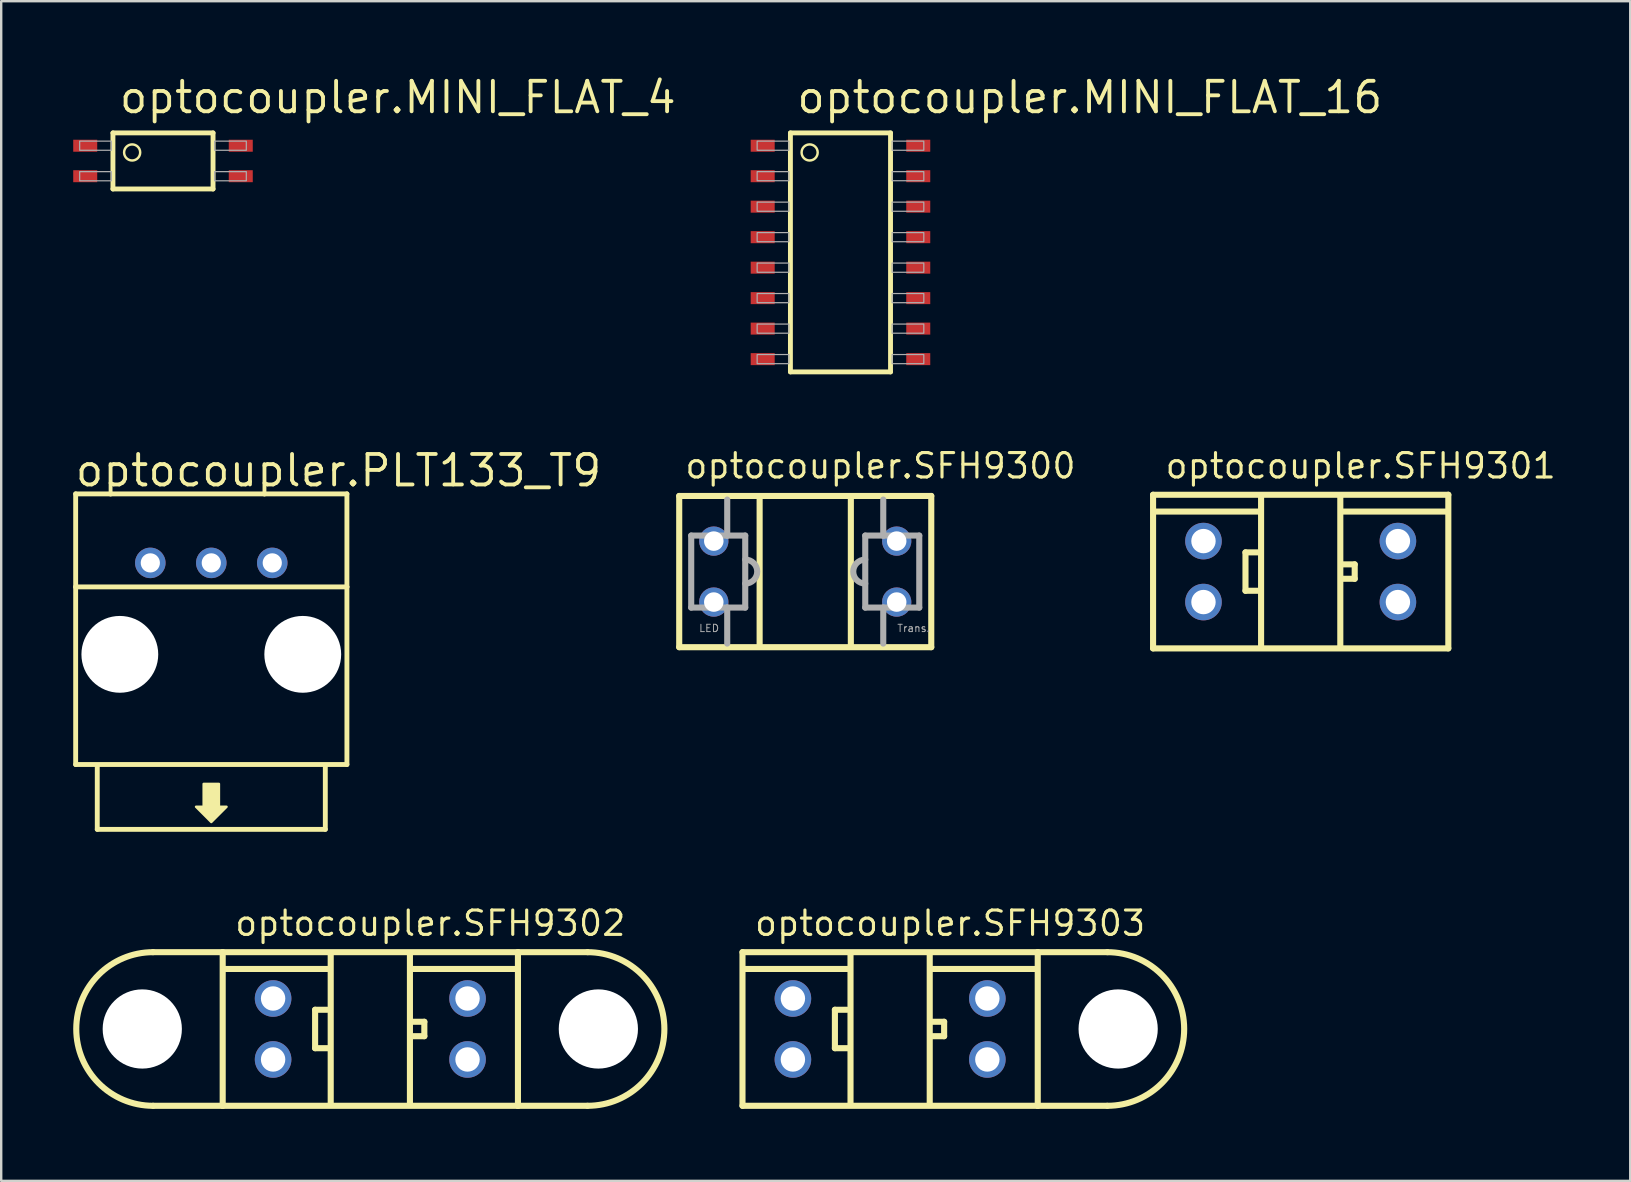
<source format=kicad_pcb>
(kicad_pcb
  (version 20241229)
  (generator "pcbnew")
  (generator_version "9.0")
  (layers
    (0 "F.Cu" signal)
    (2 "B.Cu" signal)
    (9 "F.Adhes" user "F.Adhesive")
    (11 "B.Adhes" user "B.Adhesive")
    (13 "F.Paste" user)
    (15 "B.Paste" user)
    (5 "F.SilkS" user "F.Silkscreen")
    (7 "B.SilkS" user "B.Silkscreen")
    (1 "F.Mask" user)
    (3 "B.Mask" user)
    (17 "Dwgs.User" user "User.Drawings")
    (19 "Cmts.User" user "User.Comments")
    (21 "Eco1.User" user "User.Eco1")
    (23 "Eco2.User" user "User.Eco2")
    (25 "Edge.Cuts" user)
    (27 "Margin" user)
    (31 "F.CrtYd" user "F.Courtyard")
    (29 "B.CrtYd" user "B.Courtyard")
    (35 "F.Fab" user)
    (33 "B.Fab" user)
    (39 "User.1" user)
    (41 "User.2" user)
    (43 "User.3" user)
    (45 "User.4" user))
  (footprint "optocoupler.PLT133_T9"
    (layer "F.Cu")
    (at 5.752 28.019)
    (property "Reference" "optocoupler.PLT133_T9" (at -5.752 -10.724 0) (layer "F.SilkS") (effects (font (size 1.27 1.27) (thickness 0.16)) (justify left bottom)))
    (attr through_hole)
    (fp_line (start -5.65 -10.495) (end 5.65 -10.495) (stroke (width 0.203) (type default)) (layer "F.SilkS"))
    (fp_line (start -5.65 -6.62) (end -5.65 -10.495) (stroke (width 0.203) (type default)) (layer "F.SilkS"))
    (fp_line (start -5.65 -6.62) (end 5.65 -6.62) (stroke (width 0.203) (type default)) (layer "F.SilkS"))
    (fp_line (start -5.65 0.78) (end -5.65 -6.62) (stroke (width 0.203) (type default)) (layer "F.SilkS"))
    (fp_line (start -4.75 3.48) (end -4.75 0.88) (stroke (width 0.203) (type default)) (layer "F.SilkS"))
    (fp_line (start 4.75 0.88) (end 4.75 3.48) (stroke (width 0.203) (type default)) (layer "F.SilkS"))
    (fp_line (start 4.75 3.48) (end -4.75 3.48) (stroke (width 0.203) (type default)) (layer "F.SilkS"))
    (fp_line (start 5.65 -10.495) (end 5.65 -6.62) (stroke (width 0.203) (type default)) (layer "F.SilkS"))
    (fp_line (start 5.65 -6.62) (end 5.65 0.78) (stroke (width 0.203) (type default)) (layer "F.SilkS"))
    (fp_line (start 5.65 0.78) (end -5.65 0.78) (stroke (width 0.203) (type default)) (layer "F.SilkS"))
    (fp_poly (pts (xy -0.318 1.587) (xy 0.318 1.587) (xy 0.318 2.54) (xy 0.635 2.54) (xy 0 3.175) (xy -0.635 2.54) (xy -0.318 2.54)) (stroke (width 0.102) (type default)) (fill yes) (layer "F.SilkS"))
    (pad "" np_thru_hole circle (at -3.81 -3.81) (size 3.2 3.2) (drill 3.2) (layers "*.Cu" "*.Mask"))
    (pad "" np_thru_hole circle (at 3.81 -3.81) (size 3.2 3.2) (drill 3.2) (layers "*.Cu" "*.Mask"))
    (pad "1" thru_hole circle (at 2.54 -7.62 180) (size 1.27 1.27) (drill 0.8) (layers "*.Cu" "*.Mask"))
    (pad "2" thru_hole circle (at 0 -7.62 180) (size 1.27 1.27) (drill 0.8) (layers "*.Cu" "*.Mask"))
    (pad "3" thru_hole circle (at -2.54 -7.62 180) (size 1.27 1.27) (drill 0.8) (layers "*.Cu" "*.Mask")))
  (footprint "optocoupler.SFH9300"
    (layer "F.Cu")
    (at 30.495 20.761)
    (property "Reference" "optocoupler.SFH9300" (at -5.08 -3.81 0) (layer "F.SilkS") (effects (font (size 1.016 1.016) (thickness 0.13)) (justify left bottom)))
    (attr through_hole)
    (fp_line (start -5.25 -3.15) (end -5.25 3.15) (stroke (width 0.254) (type default)) (layer "F.SilkS"))
    (fp_line (start -5.25 3.15) (end 5.25 3.15) (stroke (width 0.254) (type default)) (layer "F.SilkS"))
    (fp_line (start -1.9 3.1) (end -1.9 -3.05) (stroke (width 0.254) (type default)) (layer "F.SilkS"))
    (fp_line (start 1.9 -3.1) (end 1.9 3.1) (stroke (width 0.254) (type default)) (layer "F.SilkS"))
    (fp_line (start 5.25 -3.15) (end -5.25 -3.15) (stroke (width 0.254) (type default)) (layer "F.SilkS"))
    (fp_line (start 5.25 3.15) (end 5.25 -3.15) (stroke (width 0.254) (type default)) (layer "F.SilkS"))
    (fp_line (start -4.75 -1.5) (end -4.75 1.5) (stroke (width 0.254) (type default)) (layer "F.Fab"))
    (fp_line (start -4.75 -1.5) (end -3.25 -1.5) (stroke (width 0.254) (type default)) (layer "F.Fab"))
    (fp_line (start -4.75 1.5) (end -3.25 1.5) (stroke (width 0.254) (type default)) (layer "F.Fab"))
    (fp_line (start -3.25 -1.5) (end -3.25 -3) (stroke (width 0.254) (type default)) (layer "F.Fab"))
    (fp_line (start -3.25 -1.5) (end -2.5 -1.5) (stroke (width 0.254) (type default)) (layer "F.Fab"))
    (fp_line (start -3.25 1.5) (end -3.25 3) (stroke (width 0.254) (type default)) (layer "F.Fab"))
    (fp_line (start -3.25 1.5) (end -2.5 1.5) (stroke (width 0.254) (type default)) (layer "F.Fab"))
    (fp_line (start -2.5 -1.5) (end -2.5 1.5) (stroke (width 0.254) (type default)) (layer "F.Fab"))
    (fp_line (start 2.5 -1.5) (end 2.5 1.5) (stroke (width 0.254) (type default)) (layer "F.Fab"))
    (fp_line (start 3.25 -3) (end 3.25 -1.5) (stroke (width 0.254) (type default)) (layer "F.Fab"))
    (fp_line (start 3.25 -1.5) (end 2.5 -1.5) (stroke (width 0.254) (type default)) (layer "F.Fab"))
    (fp_line (start 3.25 1.5) (end 2.5 1.5) (stroke (width 0.254) (type default)) (layer "F.Fab"))
    (fp_line (start 3.25 1.5) (end 3.25 3) (stroke (width 0.254) (type default)) (layer "F.Fab"))
    (fp_line (start 4.75 -1.5) (end 3.25 -1.5) (stroke (width 0.254) (type default)) (layer "F.Fab"))
    (fp_line (start 4.75 -1.5) (end 4.75 1.5) (stroke (width 0.254) (type default)) (layer "F.Fab"))
    (fp_line (start 4.75 1.5) (end 3.25 1.5) (stroke (width 0.254) (type default)) (layer "F.Fab"))
    (fp_arc (start -2.5 -0.5) (mid -2 0) (end -2.5 0.5) (stroke (width 0.254) (type default)) (layer "F.Fab"))
    (fp_arc (start 2.5 0.5) (mid 2 0) (end 2.5 -0.5) (stroke (width 0.254) (type default)) (layer "F.Fab"))
    (fp_text user "Trans." (at 3.81 2.54 0) (layer "F.Fab") (effects (font (size 0.305 0.305) (thickness 0.04)) (justify left bottom)))
    (fp_text user "LED" (at -4.445 2.54 0) (layer "F.Fab") (effects (font (size 0.305 0.305) (thickness 0.04)) (justify left bottom)))
    (pad "AN" thru_hole circle (at -3.81 -1.27) (size 1.219 1.219) (drill 0.813) (layers "*.Cu" "*.Mask"))
    (pad "CA" thru_hole circle (at -3.81 1.27) (size 1.219 1.219) (drill 0.813) (layers "*.Cu" "*.Mask"))
    (pad "CO" thru_hole circle (at 3.81 1.27) (size 1.219 1.219) (drill 0.813) (layers "*.Cu" "*.Mask"))
    (pad "EM" thru_hole circle (at 3.81 -1.27) (size 1.219 1.219) (drill 0.813) (layers "*.Cu" "*.Mask")))
  (footprint "optocoupler.MINI_FLAT_16"
    (layer "F.Cu")
    (at 31.963 7.465)
    (property "Reference" "optocoupler.MINI_FLAT_16" (at -1.905 -5.715 0) (layer "F.SilkS") (effects (font (size 1.27 1.27) (thickness 0.16)) (justify left bottom)))
    (attr smd)
    (fp_line (start -2.085 -4.978) (end -2.085 4.978) (stroke (width 0.203) (type default)) (layer "F.SilkS"))
    (fp_line (start -2.085 4.978) (end 2.085 4.978) (stroke (width 0.203) (type default)) (layer "F.SilkS"))
    (fp_line (start 2.085 -4.978) (end -2.085 -4.978) (stroke (width 0.203) (type default)) (layer "F.SilkS"))
    (fp_line (start 2.085 4.978) (end 2.085 -4.978) (stroke (width 0.203) (type default)) (layer "F.SilkS"))
    (fp_circle (center -1.285 -4.164) (end -0.95 -4.164) (stroke (width 0.102) (type default)) (fill no) (layer "F.SilkS"))
    (fp_rect (start -3.471 -4.255) (end -2.15 -4.636) (stroke (width 0.05) (type default)) (fill no) (layer "F.Fab"))
    (fp_rect (start -3.471 -2.985) (end -2.15 -3.365) (stroke (width 0.05) (type default)) (fill no) (layer "F.Fab"))
    (fp_rect (start -3.471 -1.714) (end -2.15 -2.095) (stroke (width 0.05) (type default)) (fill no) (layer "F.Fab"))
    (fp_rect (start -3.471 -0.445) (end -2.15 -0.826) (stroke (width 0.05) (type default)) (fill no) (layer "F.Fab"))
    (fp_rect (start -3.471 0.826) (end -2.15 0.445) (stroke (width 0.05) (type default)) (fill no) (layer "F.Fab"))
    (fp_rect (start -3.471 2.095) (end -2.15 1.714) (stroke (width 0.05) (type default)) (fill no) (layer "F.Fab"))
    (fp_rect (start -3.471 3.365) (end -2.15 2.985) (stroke (width 0.05) (type default)) (fill no) (layer "F.Fab"))
    (fp_rect (start -3.471 4.636) (end -2.15 4.255) (stroke (width 0.05) (type default)) (fill no) (layer "F.Fab"))
    (fp_rect (start 2.15 -4.255) (end 3.471 -4.636) (stroke (width 0.05) (type default)) (fill no) (layer "F.Fab"))
    (fp_rect (start 2.15 -2.985) (end 3.471 -3.365) (stroke (width 0.05) (type default)) (fill no) (layer "F.Fab"))
    (fp_rect (start 2.15 -1.714) (end 3.471 -2.095) (stroke (width 0.05) (type default)) (fill no) (layer "F.Fab"))
    (fp_rect (start 2.15 -0.445) (end 3.471 -0.826) (stroke (width 0.05) (type default)) (fill no) (layer "F.Fab"))
    (fp_rect (start 2.15 0.826) (end 3.471 0.445) (stroke (width 0.05) (type default)) (fill no) (layer "F.Fab"))
    (fp_rect (start 2.15 2.095) (end 3.471 1.714) (stroke (width 0.05) (type default)) (fill no) (layer "F.Fab"))
    (fp_rect (start 2.15 3.365) (end 3.471 2.985) (stroke (width 0.05) (type default)) (fill no) (layer "F.Fab"))
    (fp_rect (start 2.15 4.636) (end 3.471 4.255) (stroke (width 0.05) (type default)) (fill no) (layer "F.Fab"))
    (pad "1" smd roundrect (at -3.24 -4.445) (size 1 0.5) (layers "F.Cu" "F.Mask" "F.Paste") (roundrect_rratio 0.01))
    (pad "2" smd roundrect (at -3.24 -3.175) (size 1 0.5) (layers "F.Cu" "F.Mask" "F.Paste") (roundrect_rratio 0.01))
    (pad "3" smd roundrect (at -3.24 -1.905) (size 1 0.5) (layers "F.Cu" "F.Mask" "F.Paste") (roundrect_rratio 0.01))
    (pad "4" smd roundrect (at -3.24 -0.635) (size 1 0.5) (layers "F.Cu" "F.Mask" "F.Paste") (roundrect_rratio 0.01))
    (pad "5" smd roundrect (at -3.24 0.635 180) (size 1 0.5) (layers "F.Cu" "F.Mask" "F.Paste") (roundrect_rratio 0.01))
    (pad "6" smd roundrect (at -3.24 1.905 180) (size 1 0.5) (layers "F.Cu" "F.Mask" "F.Paste") (roundrect_rratio 0.01))
    (pad "7" smd roundrect (at -3.24 3.175 180) (size 1 0.5) (layers "F.Cu" "F.Mask" "F.Paste") (roundrect_rratio 0.01))
    (pad "8" smd roundrect (at -3.24 4.445 180) (size 1 0.5) (layers "F.Cu" "F.Mask" "F.Paste") (roundrect_rratio 0.01))
    (pad "9" smd roundrect (at 3.24 4.445 180) (size 1 0.5) (layers "F.Cu" "F.Mask" "F.Paste") (roundrect_rratio 0.01))
    (pad "10" smd roundrect (at 3.24 3.175 180) (size 1 0.5) (layers "F.Cu" "F.Mask" "F.Paste") (roundrect_rratio 0.01))
    (pad "11" smd roundrect (at 3.24 1.905 180) (size 1 0.5) (layers "F.Cu" "F.Mask" "F.Paste") (roundrect_rratio 0.01))
    (pad "12" smd roundrect (at 3.24 0.635 180) (size 1 0.5) (layers "F.Cu" "F.Mask" "F.Paste") (roundrect_rratio 0.01))
    (pad "13" smd roundrect (at 3.24 -0.635) (size 1 0.5) (layers "F.Cu" "F.Mask" "F.Paste") (roundrect_rratio 0.01))
    (pad "14" smd roundrect (at 3.24 -1.905) (size 1 0.5) (layers "F.Cu" "F.Mask" "F.Paste") (roundrect_rratio 0.01))
    (pad "15" smd roundrect (at 3.24 -3.175) (size 1 0.5) (layers "F.Cu" "F.Mask" "F.Paste") (roundrect_rratio 0.01))
    (pad "16" smd roundrect (at 3.24 -4.445) (size 1 0.5) (layers "F.Cu" "F.Mask" "F.Paste") (roundrect_rratio 0.01)))
  (footprint "optocoupler.SFH9302"
    (layer "F.Cu")
    (at 12.377 39.816)
    (property "Reference" "optocoupler.SFH9302" (at -5.715 -3.81 0) (layer "F.SilkS") (effects (font (size 1.016 1.016) (thickness 0.13)) (justify left bottom)))
    (attr through_hole)
    (fp_line (start -9.05 -3.2) (end -6.15 -3.2) (stroke (width 0.254) (type default)) (layer "F.SilkS"))
    (fp_line (start -6.15 -3.2) (end -6.15 3.2) (stroke (width 0.254) (type default)) (layer "F.SilkS"))
    (fp_line (start -6.15 3.2) (end -9.05 3.2) (stroke (width 0.254) (type default)) (layer "F.SilkS"))
    (fp_line (start -6.15 3.2) (end 6.15 3.2) (stroke (width 0.254) (type default)) (layer "F.SilkS"))
    (fp_line (start -6.05 -2.5) (end -1.75 -2.5) (stroke (width 0.254) (type default)) (layer "F.SilkS"))
    (fp_line (start -2.3 -0.8) (end -2.3 0.8) (stroke (width 0.254) (type default)) (layer "F.SilkS"))
    (fp_line (start -2.3 0.8) (end -1.75 0.8) (stroke (width 0.254) (type default)) (layer "F.SilkS"))
    (fp_line (start -1.8 -0.8) (end -2.3 -0.8) (stroke (width 0.254) (type default)) (layer "F.SilkS"))
    (fp_line (start -1.65 -3.1) (end -1.65 3.1) (stroke (width 0.254) (type default)) (layer "F.SilkS"))
    (fp_line (start 1.65 3.1) (end 1.65 -3.1) (stroke (width 0.254) (type default)) (layer "F.SilkS"))
    (fp_line (start 1.75 -2.5) (end 6.05 -2.5) (stroke (width 0.254) (type default)) (layer "F.SilkS"))
    (fp_line (start 1.75 -0.3) (end 2.25 -0.3) (stroke (width 0.254) (type default)) (layer "F.SilkS"))
    (fp_line (start 2.25 -0.3) (end 2.25 0.3) (stroke (width 0.254) (type default)) (layer "F.SilkS"))
    (fp_line (start 2.25 0.3) (end 1.75 0.3) (stroke (width 0.254) (type default)) (layer "F.SilkS"))
    (fp_line (start 6.15 -3.2) (end -6.15 -3.2) (stroke (width 0.254) (type default)) (layer "F.SilkS"))
    (fp_line (start 6.15 -3.2) (end 9.05 -3.2) (stroke (width 0.254) (type default)) (layer "F.SilkS"))
    (fp_line (start 6.15 3.2) (end 6.15 -3.2) (stroke (width 0.254) (type default)) (layer "F.SilkS"))
    (fp_line (start 9.05 3.2) (end 6.15 3.2) (stroke (width 0.254) (type default)) (layer "F.SilkS"))
    (fp_arc (start -9.05 3.2) (mid -12.25 0) (end -9.05 -3.2) (stroke (width 0.254) (type default)) (layer "F.SilkS"))
    (fp_arc (start 9.05 -3.2) (mid 12.25 0) (end 9.05 3.2) (stroke (width 0.254) (type default)) (layer "F.SilkS"))
    (pad "" np_thru_hole circle (at -9.5 0) (size 3.3 3.3) (drill 3.3) (layers "*.Cu" "*.Mask"))
    (pad "" np_thru_hole circle (at 9.5 0) (size 3.3 3.3) (drill 3.3) (layers "*.Cu" "*.Mask"))
    (pad "1" thru_hole circle (at -4.05 1.27) (size 1.524 1.524) (drill 1.016) (layers "*.Cu" "*.Mask"))
    (pad "2" thru_hole circle (at -4.05 -1.27) (size 1.524 1.524) (drill 1.016) (layers "*.Cu" "*.Mask"))
    (pad "3" thru_hole circle (at 4.05 -1.27) (size 1.524 1.524) (drill 1.016) (layers "*.Cu" "*.Mask"))
    (pad "4" thru_hole circle (at 4.05 1.27) (size 1.524 1.524) (drill 1.016) (layers "*.Cu" "*.Mask")))
  (footprint "optocoupler.SFH9303"
    (layer "F.Cu")
    (at 34.031 39.816)
    (property "Reference" "optocoupler.SFH9303" (at -5.715 -3.81 0) (layer "F.SilkS") (effects (font (size 1.016 1.016) (thickness 0.13)) (justify left bottom)))
    (attr through_hole)
    (fp_line (start -6.15 -3.2) (end -6.15 3.2) (stroke (width 0.254) (type default)) (layer "F.SilkS"))
    (fp_line (start -6.15 3.2) (end 6.15 3.2) (stroke (width 0.254) (type default)) (layer "F.SilkS"))
    (fp_line (start -6.05 -2.5) (end -1.75 -2.5) (stroke (width 0.254) (type default)) (layer "F.SilkS"))
    (fp_line (start -2.3 -0.8) (end -2.3 0.8) (stroke (width 0.254) (type default)) (layer "F.SilkS"))
    (fp_line (start -2.3 0.8) (end -1.75 0.8) (stroke (width 0.254) (type default)) (layer "F.SilkS"))
    (fp_line (start -1.8 -0.8) (end -2.3 -0.8) (stroke (width 0.254) (type default)) (layer "F.SilkS"))
    (fp_line (start -1.65 -3.1) (end -1.65 3.1) (stroke (width 0.254) (type default)) (layer "F.SilkS"))
    (fp_line (start 1.65 3.1) (end 1.65 -3.1) (stroke (width 0.254) (type default)) (layer "F.SilkS"))
    (fp_line (start 1.75 -2.5) (end 6.05 -2.5) (stroke (width 0.254) (type default)) (layer "F.SilkS"))
    (fp_line (start 1.75 -0.3) (end 2.25 -0.3) (stroke (width 0.254) (type default)) (layer "F.SilkS"))
    (fp_line (start 2.25 -0.3) (end 2.25 0.3) (stroke (width 0.254) (type default)) (layer "F.SilkS"))
    (fp_line (start 2.25 0.3) (end 1.75 0.3) (stroke (width 0.254) (type default)) (layer "F.SilkS"))
    (fp_line (start 6.15 -3.2) (end -6.15 -3.2) (stroke (width 0.254) (type default)) (layer "F.SilkS"))
    (fp_line (start 6.15 -3.2) (end 9.05 -3.2) (stroke (width 0.254) (type default)) (layer "F.SilkS"))
    (fp_line (start 6.15 3.2) (end 6.15 -3.2) (stroke (width 0.254) (type default)) (layer "F.SilkS"))
    (fp_line (start 9.05 3.2) (end 6.15 3.2) (stroke (width 0.254) (type default)) (layer "F.SilkS"))
    (fp_arc (start 9.05 -3.2) (mid 12.25 0) (end 9.05 3.2) (stroke (width 0.254) (type default)) (layer "F.SilkS"))
    (pad "" np_thru_hole circle (at 9.5 0) (size 3.3 3.3) (drill 3.3) (layers "*.Cu" "*.Mask"))
    (pad "1" thru_hole circle (at -4.05 1.27) (size 1.524 1.524) (drill 1.016) (layers "*.Cu" "*.Mask"))
    (pad "2" thru_hole circle (at -4.05 -1.27) (size 1.524 1.524) (drill 1.016) (layers "*.Cu" "*.Mask"))
    (pad "3" thru_hole circle (at 4.05 -1.27) (size 1.524 1.524) (drill 1.016) (layers "*.Cu" "*.Mask"))
    (pad "4" thru_hole circle (at 4.05 1.27) (size 1.524 1.524) (drill 1.016) (layers "*.Cu" "*.Mask")))
  (footprint "optocoupler.MINI_FLAT_4"
    (layer "F.Cu")
    (at 3.74 3.655)
    (property "Reference" "optocoupler.MINI_FLAT_4" (at -1.905 -1.905 0) (layer "F.SilkS") (effects (font (size 1.27 1.27) (thickness 0.16)) (justify left bottom)))
    (attr smd)
    (fp_line (start -2.085 -1.168) (end -2.085 1.168) (stroke (width 0.203) (type default)) (layer "F.SilkS"))
    (fp_line (start -2.085 1.168) (end 2.085 1.168) (stroke (width 0.203) (type default)) (layer "F.SilkS"))
    (fp_line (start 2.085 -1.168) (end -2.085 -1.168) (stroke (width 0.203) (type default)) (layer "F.SilkS"))
    (fp_line (start 2.085 1.168) (end 2.085 -1.168) (stroke (width 0.203) (type default)) (layer "F.SilkS"))
    (fp_circle (center -1.285 -0.354) (end -0.95 -0.354) (stroke (width 0.102) (type default)) (fill no) (layer "F.SilkS"))
    (fp_rect (start -3.471 -0.445) (end -2.15 -0.826) (stroke (width 0.05) (type default)) (fill no) (layer "F.Fab"))
    (fp_rect (start -3.471 0.826) (end -2.15 0.445) (stroke (width 0.05) (type default)) (fill no) (layer "F.Fab"))
    (fp_rect (start 2.15 -0.445) (end 3.471 -0.826) (stroke (width 0.05) (type default)) (fill no) (layer "F.Fab"))
    (fp_rect (start 2.15 0.826) (end 3.471 0.445) (stroke (width 0.05) (type default)) (fill no) (layer "F.Fab"))
    (pad "1" smd roundrect (at -3.24 -0.635) (size 1 0.5) (layers "F.Cu" "F.Mask" "F.Paste") (roundrect_rratio 0.01))
    (pad "2" smd roundrect (at -3.24 0.635) (size 1 0.5) (layers "F.Cu" "F.Mask" "F.Paste") (roundrect_rratio 0.01))
    (pad "3" smd roundrect (at 3.24 0.635 180) (size 1 0.5) (layers "F.Cu" "F.Mask" "F.Paste") (roundrect_rratio 0.01))
    (pad "4" smd roundrect (at 3.24 -0.635 180) (size 1 0.5) (layers "F.Cu" "F.Mask" "F.Paste") (roundrect_rratio 0.01)))
  (footprint "optocoupler.SFH9301"
    (layer "F.Cu")
    (at 51.135 20.761)
    (property "Reference" "optocoupler.SFH9301" (at -5.715 -3.81 0) (layer "F.SilkS") (effects (font (size 1.016 1.016) (thickness 0.13)) (justify left bottom)))
    (attr through_hole)
    (fp_line (start -6.15 -3.2) (end -6.15 3.2) (stroke (width 0.254) (type default)) (layer "F.SilkS"))
    (fp_line (start -6.15 3.2) (end 6.15 3.2) (stroke (width 0.254) (type default)) (layer "F.SilkS"))
    (fp_line (start -6.05 -2.5) (end -1.75 -2.5) (stroke (width 0.254) (type default)) (layer "F.SilkS"))
    (fp_line (start -2.3 -0.8) (end -2.3 0.8) (stroke (width 0.254) (type default)) (layer "F.SilkS"))
    (fp_line (start -2.3 0.8) (end -1.75 0.8) (stroke (width 0.254) (type default)) (layer "F.SilkS"))
    (fp_line (start -1.8 -0.8) (end -2.3 -0.8) (stroke (width 0.254) (type default)) (layer "F.SilkS"))
    (fp_line (start -1.65 -3.1) (end -1.65 3.1) (stroke (width 0.254) (type default)) (layer "F.SilkS"))
    (fp_line (start 1.65 3.1) (end 1.65 -3.1) (stroke (width 0.254) (type default)) (layer "F.SilkS"))
    (fp_line (start 1.75 -2.5) (end 6.05 -2.5) (stroke (width 0.254) (type default)) (layer "F.SilkS"))
    (fp_line (start 1.75 -0.3) (end 2.25 -0.3) (stroke (width 0.254) (type default)) (layer "F.SilkS"))
    (fp_line (start 2.25 -0.3) (end 2.25 0.3) (stroke (width 0.254) (type default)) (layer "F.SilkS"))
    (fp_line (start 2.25 0.3) (end 1.75 0.3) (stroke (width 0.254) (type default)) (layer "F.SilkS"))
    (fp_line (start 6.15 -3.2) (end -6.15 -3.2) (stroke (width 0.254) (type default)) (layer "F.SilkS"))
    (fp_line (start 6.15 3.2) (end 6.15 -3.2) (stroke (width 0.254) (type default)) (layer "F.SilkS"))
    (pad "1" thru_hole circle (at -4.05 1.27) (size 1.524 1.524) (drill 1.016) (layers "*.Cu" "*.Mask"))
    (pad "2" thru_hole circle (at -4.05 -1.27) (size 1.524 1.524) (drill 1.016) (layers "*.Cu" "*.Mask"))
    (pad "3" thru_hole circle (at 4.05 -1.27) (size 1.524 1.524) (drill 1.016) (layers "*.Cu" "*.Mask"))
    (pad "4" thru_hole circle (at 4.05 1.27) (size 1.524 1.524) (drill 1.016) (layers "*.Cu" "*.Mask")))
  (gr_rect
    (start -3 -3)
    (end 64.863 46.143)
    (stroke (width 0.1) (type default))
    (fill no)
    (layer "Edge.Cuts")))
</source>
